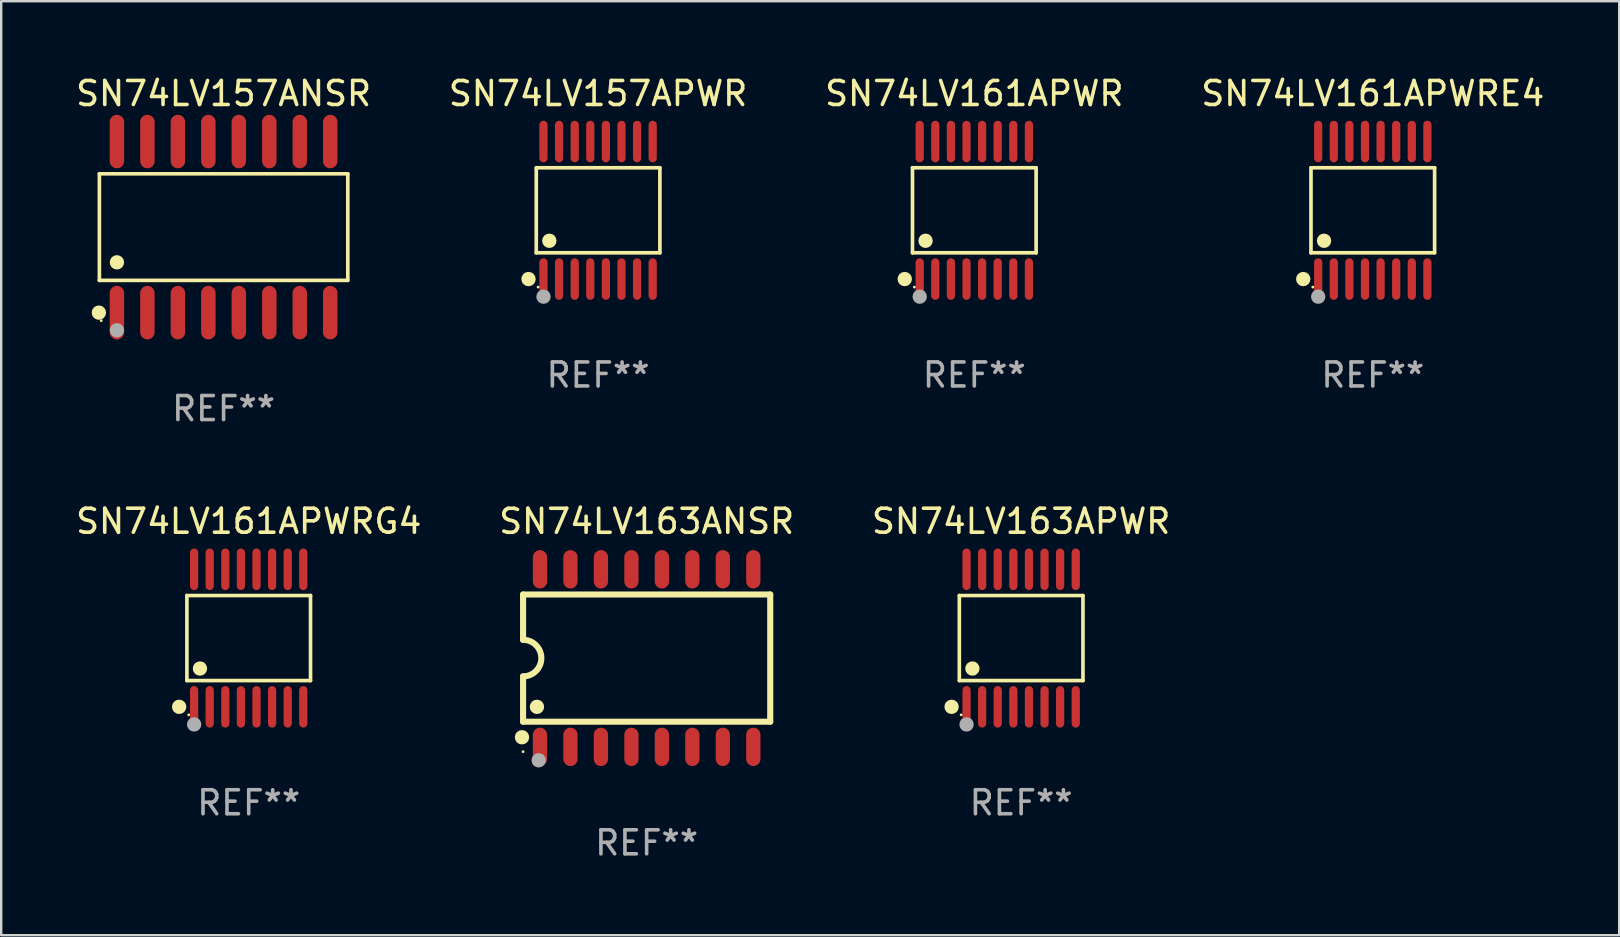
<source format=kicad_pcb>
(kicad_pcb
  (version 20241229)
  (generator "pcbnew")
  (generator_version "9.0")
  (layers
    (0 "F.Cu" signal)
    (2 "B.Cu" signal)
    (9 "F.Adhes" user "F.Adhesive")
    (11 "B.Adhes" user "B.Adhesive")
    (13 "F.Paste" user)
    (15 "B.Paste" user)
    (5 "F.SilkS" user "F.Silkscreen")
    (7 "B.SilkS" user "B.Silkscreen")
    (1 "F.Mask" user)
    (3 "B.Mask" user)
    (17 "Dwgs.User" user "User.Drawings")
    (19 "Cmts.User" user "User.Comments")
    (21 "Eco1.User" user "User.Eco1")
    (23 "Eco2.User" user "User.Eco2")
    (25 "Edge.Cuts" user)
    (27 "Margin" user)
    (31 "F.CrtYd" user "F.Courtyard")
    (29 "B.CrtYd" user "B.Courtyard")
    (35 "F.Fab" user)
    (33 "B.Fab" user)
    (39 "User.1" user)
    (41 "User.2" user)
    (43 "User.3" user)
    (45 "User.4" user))
  (footprint "SN74LV161APWRG4"
    (layer "F.Cu")
    (at 7.315 23.541)
    (property "Reference" "SN74LV161APWRG4" (at 0 -4.866 0) (layer "F.SilkS") (effects (font (size 1 1) (thickness 0.15))))
    (attr through_hole)
    (fp_line (start -2.576 -1.772) (end 2.576 -1.772) (stroke (width 0.152) (type solid)) (layer "F.SilkS"))
    (fp_line (start -2.576 1.771) (end -2.576 -1.772) (stroke (width 0.152) (type solid)) (layer "F.SilkS"))
    (fp_line (start 2.576 -1.772) (end 2.576 1.771) (stroke (width 0.152) (type solid)) (layer "F.SilkS"))
    (fp_line (start 2.576 1.771) (end -2.576 1.771) (stroke (width 0.152) (type solid)) (layer "F.SilkS"))
    (fp_circle (center -2.899 2.866) (end -2.749 2.866) (stroke (width 0.3) (type solid)) (fill no) (layer "F.SilkS"))
    (fp_circle (center -2.5 3.2) (end -2.47 3.2) (stroke (width 0.06) (type solid)) (fill no) (layer "F.SilkS"))
    (fp_circle (center -2.032 1.27) (end -1.882 1.27) (stroke (width 0.3) (type solid)) (fill no) (layer "F.SilkS"))
    (fp_circle (center -2.275 3.6) (end -2.125 3.6) (stroke (width 0.3) (type solid)) (fill no) (layer "F.Fab"))
    (fp_text user "REF**" (at 0 6.866 0) (layer "F.Fab") (effects (font (size 1 1) (thickness 0.15))))
    (pad "1" smd oval (at -2.275 2.866) (size 0.343 1.731) (layers "F.Cu" "F.Mask" "F.Paste"))
    (pad "2" smd oval (at -1.625 2.866) (size 0.343 1.731) (layers "F.Cu" "F.Mask" "F.Paste"))
    (pad "3" smd oval (at -0.975 2.866) (size 0.343 1.731) (layers "F.Cu" "F.Mask" "F.Paste"))
    (pad "4" smd oval (at -0.325 2.866) (size 0.343 1.731) (layers "F.Cu" "F.Mask" "F.Paste"))
    (pad "5" smd oval (at 0.325 2.866) (size 0.343 1.731) (layers "F.Cu" "F.Mask" "F.Paste"))
    (pad "6" smd oval (at 0.975 2.866) (size 0.343 1.731) (layers "F.Cu" "F.Mask" "F.Paste"))
    (pad "7" smd oval (at 1.625 2.866) (size 0.343 1.731) (layers "F.Cu" "F.Mask" "F.Paste"))
    (pad "8" smd oval (at 2.275 2.866) (size 0.343 1.731) (layers "F.Cu" "F.Mask" "F.Paste"))
    (pad "9" smd oval (at 2.275 -2.866) (size 0.343 1.731) (layers "F.Cu" "F.Mask" "F.Paste"))
    (pad "10" smd oval (at 1.625 -2.866) (size 0.343 1.731) (layers "F.Cu" "F.Mask" "F.Paste"))
    (pad "11" smd oval (at 0.975 -2.866) (size 0.343 1.731) (layers "F.Cu" "F.Mask" "F.Paste"))
    (pad "12" smd oval (at 0.325 -2.866) (size 0.343 1.731) (layers "F.Cu" "F.Mask" "F.Paste"))
    (pad "13" smd oval (at -0.325 -2.866) (size 0.343 1.731) (layers "F.Cu" "F.Mask" "F.Paste"))
    (pad "14" smd oval (at -0.975 -2.866) (size 0.343 1.731) (layers "F.Cu" "F.Mask" "F.Paste"))
    (pad "15" smd oval (at -1.625 -2.866) (size 0.343 1.731) (layers "F.Cu" "F.Mask" "F.Paste"))
    (pad "16" smd oval (at -2.275 -2.866) (size 0.343 1.731) (layers "F.Cu" "F.Mask" "F.Paste")))
  (footprint "SN74LV157ANSR"
    (layer "F.Cu")
    (at 6.268 6.414)
    (property "Reference" "SN74LV157ANSR" (at 0 -5.565 0) (layer "F.SilkS") (effects (font (size 1 1) (thickness 0.15))))
    (attr through_hole)
    (fp_line (start -5.176 -2.221) (end 5.176 -2.221) (stroke (width 0.152) (type solid)) (layer "F.SilkS"))
    (fp_line (start -5.176 2.221) (end -5.176 -2.221) (stroke (width 0.152) (type solid)) (layer "F.SilkS"))
    (fp_line (start 5.176 -2.221) (end 5.176 2.221) (stroke (width 0.152) (type solid)) (layer "F.SilkS"))
    (fp_line (start 5.176 2.221) (end -5.176 2.221) (stroke (width 0.152) (type solid)) (layer "F.SilkS"))
    (fp_circle (center -5.198 3.565) (end -5.048 3.565) (stroke (width 0.3) (type solid)) (fill no) (layer "F.SilkS"))
    (fp_circle (center -5.1 3.9) (end -5.07 3.9) (stroke (width 0.06) (type solid)) (fill no) (layer "F.SilkS"))
    (fp_circle (center -4.445 1.469) (end -4.295 1.469) (stroke (width 0.3) (type solid)) (fill no) (layer "F.SilkS"))
    (fp_circle (center -4.445 4.3) (end -4.295 4.3) (stroke (width 0.3) (type solid)) (fill no) (layer "F.Fab"))
    (fp_text user "REF**" (at 0 7.565 0) (layer "F.Fab") (effects (font (size 1 1) (thickness 0.15))))
    (pad "1" smd oval (at -4.445 3.565) (size 0.602 2.231) (layers "F.Cu" "F.Mask" "F.Paste"))
    (pad "2" smd oval (at -3.175 3.565) (size 0.602 2.231) (layers "F.Cu" "F.Mask" "F.Paste"))
    (pad "3" smd oval (at -1.905 3.565) (size 0.602 2.231) (layers "F.Cu" "F.Mask" "F.Paste"))
    (pad "4" smd oval (at -0.635 3.565) (size 0.602 2.231) (layers "F.Cu" "F.Mask" "F.Paste"))
    (pad "5" smd oval (at 0.635 3.565) (size 0.602 2.231) (layers "F.Cu" "F.Mask" "F.Paste"))
    (pad "6" smd oval (at 1.905 3.565) (size 0.602 2.231) (layers "F.Cu" "F.Mask" "F.Paste"))
    (pad "7" smd oval (at 3.175 3.565) (size 0.602 2.231) (layers "F.Cu" "F.Mask" "F.Paste"))
    (pad "8" smd oval (at 4.445 3.565) (size 0.602 2.231) (layers "F.Cu" "F.Mask" "F.Paste"))
    (pad "9" smd oval (at 4.445 -3.565) (size 0.602 2.231) (layers "F.Cu" "F.Mask" "F.Paste"))
    (pad "10" smd oval (at 3.175 -3.565) (size 0.602 2.231) (layers "F.Cu" "F.Mask" "F.Paste"))
    (pad "11" smd oval (at 1.905 -3.565) (size 0.602 2.231) (layers "F.Cu" "F.Mask" "F.Paste"))
    (pad "12" smd oval (at 0.635 -3.565) (size 0.602 2.231) (layers "F.Cu" "F.Mask" "F.Paste"))
    (pad "13" smd oval (at -0.635 -3.565) (size 0.602 2.231) (layers "F.Cu" "F.Mask" "F.Paste"))
    (pad "14" smd oval (at -1.905 -3.565) (size 0.602 2.231) (layers "F.Cu" "F.Mask" "F.Paste"))
    (pad "15" smd oval (at -3.175 -3.565) (size 0.602 2.231) (layers "F.Cu" "F.Mask" "F.Paste"))
    (pad "16" smd oval (at -4.445 -3.565) (size 0.602 2.231) (layers "F.Cu" "F.Mask" "F.Paste")))
  (footprint "SN74LV161APWRE4"
    (layer "F.Cu")
    (at 54.161 5.714)
    (property "Reference" "SN74LV161APWRE4" (at 0 -4.866 0) (layer "F.SilkS") (effects (font (size 1 1) (thickness 0.15))))
    (attr through_hole)
    (fp_line (start -2.576 -1.772) (end 2.576 -1.772) (stroke (width 0.152) (type solid)) (layer "F.SilkS"))
    (fp_line (start -2.576 1.771) (end -2.576 -1.772) (stroke (width 0.152) (type solid)) (layer "F.SilkS"))
    (fp_line (start 2.576 -1.772) (end 2.576 1.771) (stroke (width 0.152) (type solid)) (layer "F.SilkS"))
    (fp_line (start 2.576 1.771) (end -2.576 1.771) (stroke (width 0.152) (type solid)) (layer "F.SilkS"))
    (fp_circle (center -2.899 2.866) (end -2.749 2.866) (stroke (width 0.3) (type solid)) (fill no) (layer "F.SilkS"))
    (fp_circle (center -2.5 3.2) (end -2.47 3.2) (stroke (width 0.06) (type solid)) (fill no) (layer "F.SilkS"))
    (fp_circle (center -2.032 1.27) (end -1.882 1.27) (stroke (width 0.3) (type solid)) (fill no) (layer "F.SilkS"))
    (fp_circle (center -2.275 3.6) (end -2.125 3.6) (stroke (width 0.3) (type solid)) (fill no) (layer "F.Fab"))
    (fp_text user "REF**" (at 0 6.866 0) (layer "F.Fab") (effects (font (size 1 1) (thickness 0.15))))
    (pad "1" smd oval (at -2.275 2.866) (size 0.343 1.731) (layers "F.Cu" "F.Mask" "F.Paste"))
    (pad "2" smd oval (at -1.625 2.866) (size 0.343 1.731) (layers "F.Cu" "F.Mask" "F.Paste"))
    (pad "3" smd oval (at -0.975 2.866) (size 0.343 1.731) (layers "F.Cu" "F.Mask" "F.Paste"))
    (pad "4" smd oval (at -0.325 2.866) (size 0.343 1.731) (layers "F.Cu" "F.Mask" "F.Paste"))
    (pad "5" smd oval (at 0.325 2.866) (size 0.343 1.731) (layers "F.Cu" "F.Mask" "F.Paste"))
    (pad "6" smd oval (at 0.975 2.866) (size 0.343 1.731) (layers "F.Cu" "F.Mask" "F.Paste"))
    (pad "7" smd oval (at 1.625 2.866) (size 0.343 1.731) (layers "F.Cu" "F.Mask" "F.Paste"))
    (pad "8" smd oval (at 2.275 2.866) (size 0.343 1.731) (layers "F.Cu" "F.Mask" "F.Paste"))
    (pad "9" smd oval (at 2.275 -2.866) (size 0.343 1.731) (layers "F.Cu" "F.Mask" "F.Paste"))
    (pad "10" smd oval (at 1.625 -2.866) (size 0.343 1.731) (layers "F.Cu" "F.Mask" "F.Paste"))
    (pad "11" smd oval (at 0.975 -2.866) (size 0.343 1.731) (layers "F.Cu" "F.Mask" "F.Paste"))
    (pad "12" smd oval (at 0.325 -2.866) (size 0.343 1.731) (layers "F.Cu" "F.Mask" "F.Paste"))
    (pad "13" smd oval (at -0.325 -2.866) (size 0.343 1.731) (layers "F.Cu" "F.Mask" "F.Paste"))
    (pad "14" smd oval (at -0.975 -2.866) (size 0.343 1.731) (layers "F.Cu" "F.Mask" "F.Paste"))
    (pad "15" smd oval (at -1.625 -2.866) (size 0.343 1.731) (layers "F.Cu" "F.Mask" "F.Paste"))
    (pad "16" smd oval (at -2.275 -2.866) (size 0.343 1.731) (layers "F.Cu" "F.Mask" "F.Paste")))
  (footprint "SN74LV163ANSR"
    (layer "F.Cu")
    (at 23.899 24.376)
    (property "Reference" "SN74LV163ANSR" (at 0 -5.7 0) (layer "F.SilkS") (effects (font (size 1 1) (thickness 0.15))))
    (attr through_hole)
    (fp_line (start -5.15 -2.65) (end -5.15 -0.762) (stroke (width 0.254) (type solid)) (layer "F.SilkS"))
    (fp_line (start -5.15 -2.65) (end 5.15 -2.65) (stroke (width 0.254) (type solid)) (layer "F.SilkS"))
    (fp_line (start -5.15 2.65) (end -5.15 0.762) (stroke (width 0.254) (type solid)) (layer "F.SilkS"))
    (fp_line (start 5.15 -2.65) (end 5.15 2.65) (stroke (width 0.254) (type solid)) (layer "F.SilkS"))
    (fp_line (start 5.15 2.65) (end -5.15 2.65) (stroke (width 0.254) (type solid)) (layer "F.SilkS"))
    (fp_arc (start -5.151131 -0.762003) (mid -4.389128 -0.000559) (end -5.150013 0.762002) (stroke (width 0.254001) (type solid)) (layer "F.SilkS"))
    (fp_circle (center -5.195 3.299) (end -5.045 3.299) (stroke (width 0.3) (type solid)) (fill no) (layer "F.SilkS"))
    (fp_circle (center -5.15 3.9) (end -5.12 3.9) (stroke (width 0.06) (type solid)) (fill no) (layer "F.SilkS"))
    (fp_circle (center -4.572 2.032) (end -4.422 2.032) (stroke (width 0.3) (type solid)) (fill no) (layer "F.SilkS"))
    (fp_circle (center -4.5 4.26) (end -4.35 4.26) (stroke (width 0.3) (type solid)) (fill no) (layer "F.Fab"))
    (fp_text user "REF**" (at 0 7.7 0) (layer "F.Fab") (effects (font (size 1 1) (thickness 0.15))))
    (pad "1" smd oval (at -4.445 3.7) (size 0.595 1.598) (layers "F.Cu" "F.Mask" "F.Paste"))
    (pad "2" smd oval (at -3.175 3.7) (size 0.595 1.598) (layers "F.Cu" "F.Mask" "F.Paste"))
    (pad "3" smd oval (at -1.905 3.7) (size 0.595 1.598) (layers "F.Cu" "F.Mask" "F.Paste"))
    (pad "4" smd oval (at -0.635 3.7) (size 0.595 1.598) (layers "F.Cu" "F.Mask" "F.Paste"))
    (pad "5" smd oval (at 0.635 3.7) (size 0.595 1.598) (layers "F.Cu" "F.Mask" "F.Paste"))
    (pad "6" smd oval (at 1.905 3.7) (size 0.595 1.598) (layers "F.Cu" "F.Mask" "F.Paste"))
    (pad "7" smd oval (at 3.175 3.7) (size 0.595 1.598) (layers "F.Cu" "F.Mask" "F.Paste"))
    (pad "8" smd oval (at 4.445 3.7) (size 0.595 1.598) (layers "F.Cu" "F.Mask" "F.Paste"))
    (pad "9" smd oval (at 4.445 -3.7) (size 0.595 1.598) (layers "F.Cu" "F.Mask" "F.Paste"))
    (pad "10" smd oval (at 3.175 -3.7) (size 0.595 1.598) (layers "F.Cu" "F.Mask" "F.Paste"))
    (pad "11" smd oval (at 1.905 -3.7) (size 0.595 1.598) (layers "F.Cu" "F.Mask" "F.Paste"))
    (pad "12" smd oval (at 0.635 -3.7) (size 0.595 1.598) (layers "F.Cu" "F.Mask" "F.Paste"))
    (pad "13" smd oval (at -0.635 -3.7) (size 0.595 1.598) (layers "F.Cu" "F.Mask" "F.Paste"))
    (pad "14" smd oval (at -1.905 -3.7) (size 0.595 1.598) (layers "F.Cu" "F.Mask" "F.Paste"))
    (pad "15" smd oval (at -3.175 -3.7) (size 0.595 1.598) (layers "F.Cu" "F.Mask" "F.Paste"))
    (pad "16" smd oval (at -4.445 -3.7) (size 0.595 1.598) (layers "F.Cu" "F.Mask" "F.Paste")))
  (footprint "SN74LV161APWR"
    (layer "F.Cu")
    (at 37.554 5.714)
    (property "Reference" "SN74LV161APWR" (at 0 -4.866 0) (layer "F.SilkS") (effects (font (size 1 1) (thickness 0.15))))
    (attr through_hole)
    (fp_line (start -2.576 -1.772) (end 2.576 -1.772) (stroke (width 0.152) (type solid)) (layer "F.SilkS"))
    (fp_line (start -2.576 1.771) (end -2.576 -1.772) (stroke (width 0.152) (type solid)) (layer "F.SilkS"))
    (fp_line (start 2.576 -1.772) (end 2.576 1.771) (stroke (width 0.152) (type solid)) (layer "F.SilkS"))
    (fp_line (start 2.576 1.771) (end -2.576 1.771) (stroke (width 0.152) (type solid)) (layer "F.SilkS"))
    (fp_circle (center -2.899 2.866) (end -2.749 2.866) (stroke (width 0.3) (type solid)) (fill no) (layer "F.SilkS"))
    (fp_circle (center -2.5 3.2) (end -2.47 3.2) (stroke (width 0.06) (type solid)) (fill no) (layer "F.SilkS"))
    (fp_circle (center -2.032 1.27) (end -1.882 1.27) (stroke (width 0.3) (type solid)) (fill no) (layer "F.SilkS"))
    (fp_circle (center -2.275 3.6) (end -2.125 3.6) (stroke (width 0.3) (type solid)) (fill no) (layer "F.Fab"))
    (fp_text user "REF**" (at 0 6.866 0) (layer "F.Fab") (effects (font (size 1 1) (thickness 0.15))))
    (pad "1" smd oval (at -2.275 2.866) (size 0.343 1.731) (layers "F.Cu" "F.Mask" "F.Paste"))
    (pad "2" smd oval (at -1.625 2.866) (size 0.343 1.731) (layers "F.Cu" "F.Mask" "F.Paste"))
    (pad "3" smd oval (at -0.975 2.866) (size 0.343 1.731) (layers "F.Cu" "F.Mask" "F.Paste"))
    (pad "4" smd oval (at -0.325 2.866) (size 0.343 1.731) (layers "F.Cu" "F.Mask" "F.Paste"))
    (pad "5" smd oval (at 0.325 2.866) (size 0.343 1.731) (layers "F.Cu" "F.Mask" "F.Paste"))
    (pad "6" smd oval (at 0.975 2.866) (size 0.343 1.731) (layers "F.Cu" "F.Mask" "F.Paste"))
    (pad "7" smd oval (at 1.625 2.866) (size 0.343 1.731) (layers "F.Cu" "F.Mask" "F.Paste"))
    (pad "8" smd oval (at 2.275 2.866) (size 0.343 1.731) (layers "F.Cu" "F.Mask" "F.Paste"))
    (pad "9" smd oval (at 2.275 -2.866) (size 0.343 1.731) (layers "F.Cu" "F.Mask" "F.Paste"))
    (pad "10" smd oval (at 1.625 -2.866) (size 0.343 1.731) (layers "F.Cu" "F.Mask" "F.Paste"))
    (pad "11" smd oval (at 0.975 -2.866) (size 0.343 1.731) (layers "F.Cu" "F.Mask" "F.Paste"))
    (pad "12" smd oval (at 0.325 -2.866) (size 0.343 1.731) (layers "F.Cu" "F.Mask" "F.Paste"))
    (pad "13" smd oval (at -0.325 -2.866) (size 0.343 1.731) (layers "F.Cu" "F.Mask" "F.Paste"))
    (pad "14" smd oval (at -0.975 -2.866) (size 0.343 1.731) (layers "F.Cu" "F.Mask" "F.Paste"))
    (pad "15" smd oval (at -1.625 -2.866) (size 0.343 1.731) (layers "F.Cu" "F.Mask" "F.Paste"))
    (pad "16" smd oval (at -2.275 -2.866) (size 0.343 1.731) (layers "F.Cu" "F.Mask" "F.Paste")))
  (footprint "SN74LV163APWR"
    (layer "F.Cu")
    (at 39.506 23.541)
    (property "Reference" "SN74LV163APWR" (at 0 -4.866 0) (layer "F.SilkS") (effects (font (size 1 1) (thickness 0.15))))
    (attr through_hole)
    (fp_line (start -2.576 -1.772) (end 2.576 -1.772) (stroke (width 0.152) (type solid)) (layer "F.SilkS"))
    (fp_line (start -2.576 1.771) (end -2.576 -1.772) (stroke (width 0.152) (type solid)) (layer "F.SilkS"))
    (fp_line (start 2.576 -1.772) (end 2.576 1.771) (stroke (width 0.152) (type solid)) (layer "F.SilkS"))
    (fp_line (start 2.576 1.771) (end -2.576 1.771) (stroke (width 0.152) (type solid)) (layer "F.SilkS"))
    (fp_circle (center -2.899 2.866) (end -2.749 2.866) (stroke (width 0.3) (type solid)) (fill no) (layer "F.SilkS"))
    (fp_circle (center -2.5 3.2) (end -2.47 3.2) (stroke (width 0.06) (type solid)) (fill no) (layer "F.SilkS"))
    (fp_circle (center -2.032 1.27) (end -1.882 1.27) (stroke (width 0.3) (type solid)) (fill no) (layer "F.SilkS"))
    (fp_circle (center -2.275 3.6) (end -2.125 3.6) (stroke (width 0.3) (type solid)) (fill no) (layer "F.Fab"))
    (fp_text user "REF**" (at 0 6.866 0) (layer "F.Fab") (effects (font (size 1 1) (thickness 0.15))))
    (pad "1" smd oval (at -2.275 2.866) (size 0.343 1.731) (layers "F.Cu" "F.Mask" "F.Paste"))
    (pad "2" smd oval (at -1.625 2.866) (size 0.343 1.731) (layers "F.Cu" "F.Mask" "F.Paste"))
    (pad "3" smd oval (at -0.975 2.866) (size 0.343 1.731) (layers "F.Cu" "F.Mask" "F.Paste"))
    (pad "4" smd oval (at -0.325 2.866) (size 0.343 1.731) (layers "F.Cu" "F.Mask" "F.Paste"))
    (pad "5" smd oval (at 0.325 2.866) (size 0.343 1.731) (layers "F.Cu" "F.Mask" "F.Paste"))
    (pad "6" smd oval (at 0.975 2.866) (size 0.343 1.731) (layers "F.Cu" "F.Mask" "F.Paste"))
    (pad "7" smd oval (at 1.625 2.866) (size 0.343 1.731) (layers "F.Cu" "F.Mask" "F.Paste"))
    (pad "8" smd oval (at 2.275 2.866) (size 0.343 1.731) (layers "F.Cu" "F.Mask" "F.Paste"))
    (pad "9" smd oval (at 2.275 -2.866) (size 0.343 1.731) (layers "F.Cu" "F.Mask" "F.Paste"))
    (pad "10" smd oval (at 1.625 -2.866) (size 0.343 1.731) (layers "F.Cu" "F.Mask" "F.Paste"))
    (pad "11" smd oval (at 0.975 -2.866) (size 0.343 1.731) (layers "F.Cu" "F.Mask" "F.Paste"))
    (pad "12" smd oval (at 0.325 -2.866) (size 0.343 1.731) (layers "F.Cu" "F.Mask" "F.Paste"))
    (pad "13" smd oval (at -0.325 -2.866) (size 0.343 1.731) (layers "F.Cu" "F.Mask" "F.Paste"))
    (pad "14" smd oval (at -0.975 -2.866) (size 0.343 1.731) (layers "F.Cu" "F.Mask" "F.Paste"))
    (pad "15" smd oval (at -1.625 -2.866) (size 0.343 1.731) (layers "F.Cu" "F.Mask" "F.Paste"))
    (pad "16" smd oval (at -2.275 -2.866) (size 0.343 1.731) (layers "F.Cu" "F.Mask" "F.Paste")))
  (footprint "SN74LV157APWR"
    (layer "F.Cu")
    (at 21.875 5.714)
    (property "Reference" "SN74LV157APWR" (at 0 -4.866 0) (layer "F.SilkS") (effects (font (size 1 1) (thickness 0.15))))
    (attr through_hole)
    (fp_line (start -2.576 -1.772) (end 2.576 -1.772) (stroke (width 0.152) (type solid)) (layer "F.SilkS"))
    (fp_line (start -2.576 1.771) (end -2.576 -1.772) (stroke (width 0.152) (type solid)) (layer "F.SilkS"))
    (fp_line (start 2.576 -1.772) (end 2.576 1.771) (stroke (width 0.152) (type solid)) (layer "F.SilkS"))
    (fp_line (start 2.576 1.771) (end -2.576 1.771) (stroke (width 0.152) (type solid)) (layer "F.SilkS"))
    (fp_circle (center -2.899 2.866) (end -2.749 2.866) (stroke (width 0.3) (type solid)) (fill no) (layer "F.SilkS"))
    (fp_circle (center -2.5 3.2) (end -2.47 3.2) (stroke (width 0.06) (type solid)) (fill no) (layer "F.SilkS"))
    (fp_circle (center -2.032 1.27) (end -1.882 1.27) (stroke (width 0.3) (type solid)) (fill no) (layer "F.SilkS"))
    (fp_circle (center -2.275 3.6) (end -2.125 3.6) (stroke (width 0.3) (type solid)) (fill no) (layer "F.Fab"))
    (fp_text user "REF**" (at 0 6.866 0) (layer "F.Fab") (effects (font (size 1 1) (thickness 0.15))))
    (pad "1" smd oval (at -2.275 2.866) (size 0.343 1.731) (layers "F.Cu" "F.Mask" "F.Paste"))
    (pad "2" smd oval (at -1.625 2.866) (size 0.343 1.731) (layers "F.Cu" "F.Mask" "F.Paste"))
    (pad "3" smd oval (at -0.975 2.866) (size 0.343 1.731) (layers "F.Cu" "F.Mask" "F.Paste"))
    (pad "4" smd oval (at -0.325 2.866) (size 0.343 1.731) (layers "F.Cu" "F.Mask" "F.Paste"))
    (pad "5" smd oval (at 0.325 2.866) (size 0.343 1.731) (layers "F.Cu" "F.Mask" "F.Paste"))
    (pad "6" smd oval (at 0.975 2.866) (size 0.343 1.731) (layers "F.Cu" "F.Mask" "F.Paste"))
    (pad "7" smd oval (at 1.625 2.866) (size 0.343 1.731) (layers "F.Cu" "F.Mask" "F.Paste"))
    (pad "8" smd oval (at 2.275 2.866) (size 0.343 1.731) (layers "F.Cu" "F.Mask" "F.Paste"))
    (pad "9" smd oval (at 2.275 -2.866) (size 0.343 1.731) (layers "F.Cu" "F.Mask" "F.Paste"))
    (pad "10" smd oval (at 1.625 -2.866) (size 0.343 1.731) (layers "F.Cu" "F.Mask" "F.Paste"))
    (pad "11" smd oval (at 0.975 -2.866) (size 0.343 1.731) (layers "F.Cu" "F.Mask" "F.Paste"))
    (pad "12" smd oval (at 0.325 -2.866) (size 0.343 1.731) (layers "F.Cu" "F.Mask" "F.Paste"))
    (pad "13" smd oval (at -0.325 -2.866) (size 0.343 1.731) (layers "F.Cu" "F.Mask" "F.Paste"))
    (pad "14" smd oval (at -0.975 -2.866) (size 0.343 1.731) (layers "F.Cu" "F.Mask" "F.Paste"))
    (pad "15" smd oval (at -1.625 -2.866) (size 0.343 1.731) (layers "F.Cu" "F.Mask" "F.Paste"))
    (pad "16" smd oval (at -2.275 -2.866) (size 0.343 1.731) (layers "F.Cu" "F.Mask" "F.Paste")))
  (gr_rect
    (start -3 -3)
    (end 64.429 35.924)
    (stroke (width 0.1) (type default))
    (fill no)
    (layer "Edge.Cuts")))
</source>
